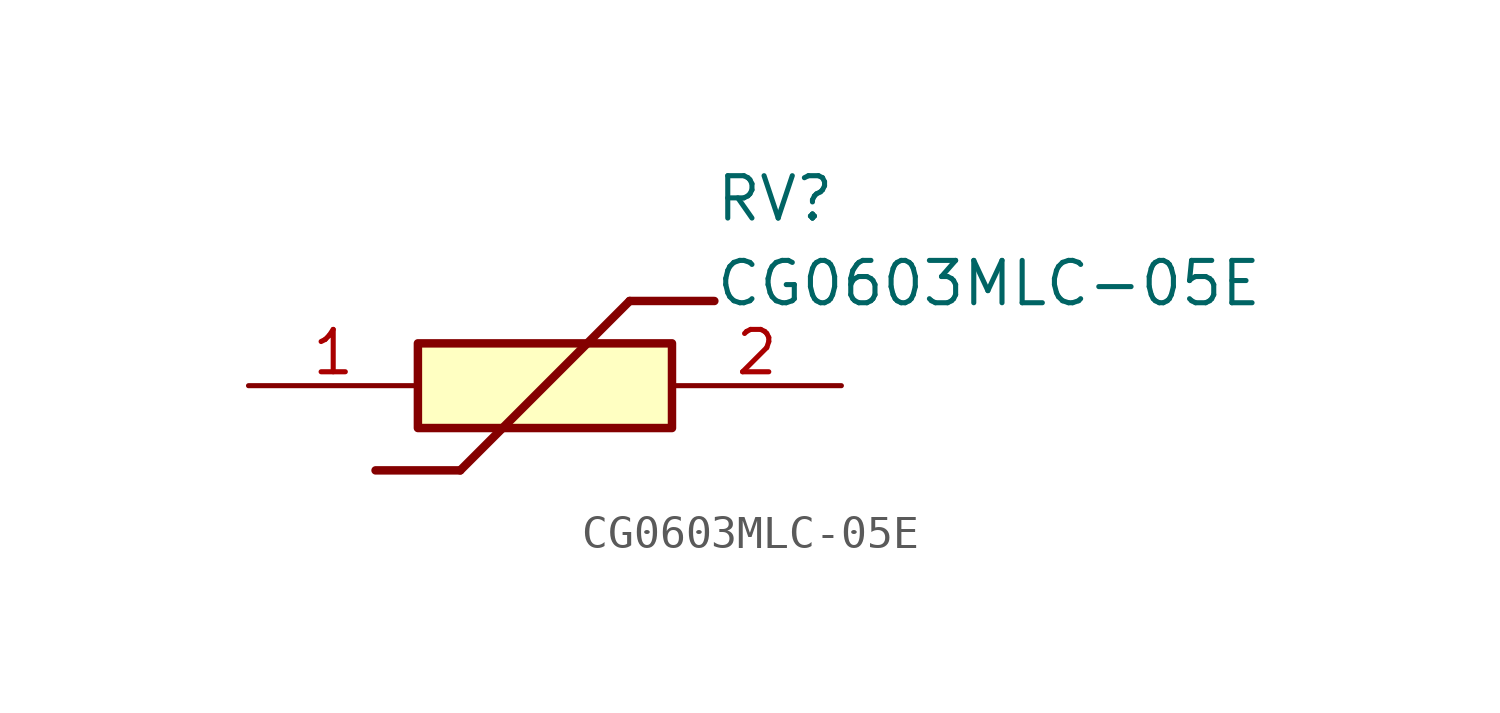
<source format=kicad_sym>
(kicad_symbol_lib
  (version 20211014)
  (generator SamacSys_ECAD_Model)
  (symbol "CG0603MLC-05E"
    (pin_names hide)
    (property "Reference" "RV"
      (at 13.97 6.35 0)
      (effects (font (size 1.27 1.27)) (justify left top)))
    (property "Value" "CG0603MLC-05E"
      (at 13.97 3.81 0)
      (effects (font (size 1.27 1.27)) (justify left top)))
    (rectangle
      (start 5.08 1.27)
      (end 12.7 -1.27)
      (stroke (width 0.254) (type default))
      (fill (type background)))
    (polyline
      (pts (xy 3.81 -2.54) (xy 6.35 -2.54))
      (stroke (width 0.254) (type default))
      (fill (type none)))
    (polyline
      (pts (xy 11.43 2.54) (xy 6.35 -2.54))
      (stroke (width 0.254) (type default))
      (fill (type none)))
    (polyline
      (pts (xy 11.43 2.54) (xy 13.97 2.54))
      (stroke (width 0.254) (type default))
      (fill (type none)))
    (pin passive line
      (at 0 0 0)
      (length 5.08)
      (name "1" (effects (font (size 1.27 1.27))))
      (number "1" (effects (font (size 1.27 1.27)))))
    (pin passive line
      (at 17.78 0 180)
      (length 5.08)
      (name "2" (effects (font (size 1.27 1.27))))
      (number "2" (effects (font (size 1.27 1.27)))))))
</source>
